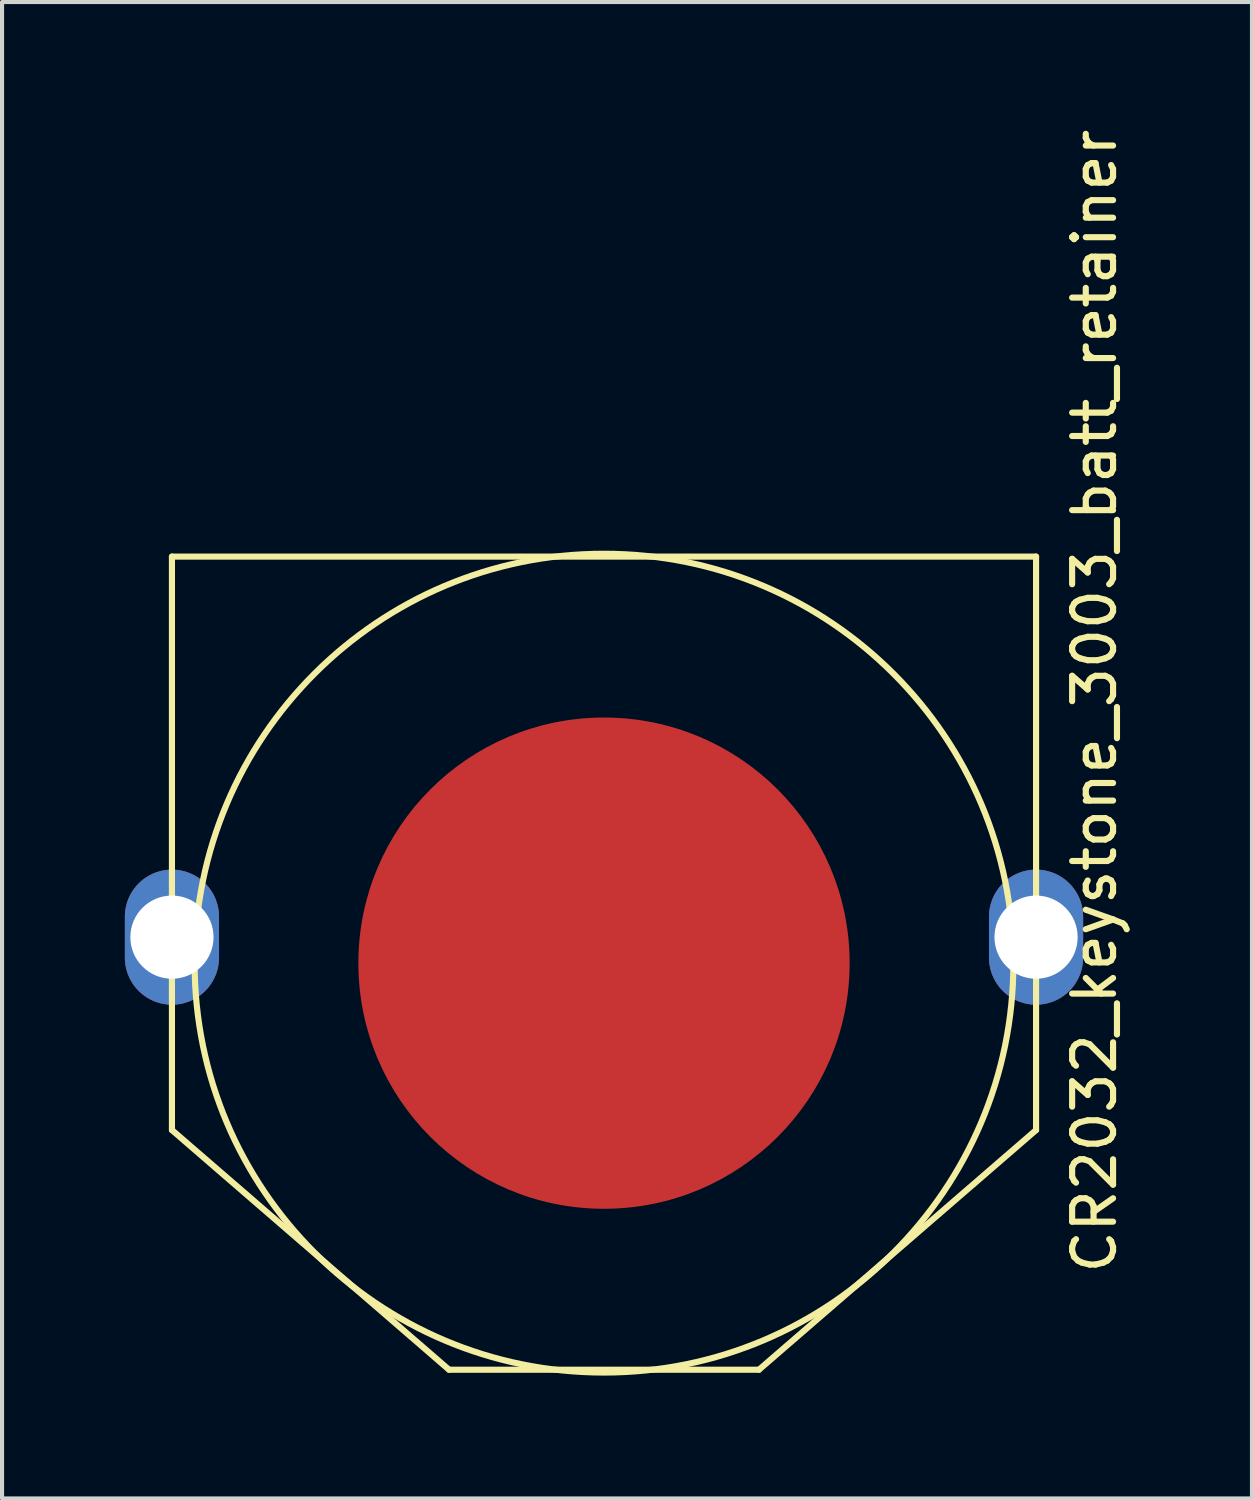
<source format=kicad_pcb>
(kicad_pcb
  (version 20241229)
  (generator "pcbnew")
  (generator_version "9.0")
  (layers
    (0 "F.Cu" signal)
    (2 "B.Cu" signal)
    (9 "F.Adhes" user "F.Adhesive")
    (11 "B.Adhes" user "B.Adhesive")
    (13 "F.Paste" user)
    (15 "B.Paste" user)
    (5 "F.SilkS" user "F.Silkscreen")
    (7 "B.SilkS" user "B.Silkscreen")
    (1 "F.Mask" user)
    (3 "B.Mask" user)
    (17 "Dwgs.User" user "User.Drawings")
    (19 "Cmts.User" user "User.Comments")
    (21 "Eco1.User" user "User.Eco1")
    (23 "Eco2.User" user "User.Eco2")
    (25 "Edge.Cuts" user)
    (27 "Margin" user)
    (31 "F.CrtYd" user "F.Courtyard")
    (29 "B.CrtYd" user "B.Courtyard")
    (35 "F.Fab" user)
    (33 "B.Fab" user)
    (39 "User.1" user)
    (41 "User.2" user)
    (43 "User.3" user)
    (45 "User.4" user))
  (footprint "CR2032_keystone_3003_batt_retainer"
    (layer "F.Cu")
    (at 11.704 20.477)
    (property "Reference" "CR2032_keystone_3003_batt_retainer" (at 11.98 -6.4 270) (layer "F.SilkS") (effects (font (size 1 1) (thickness 0.15))))
    (attr through_hole)
    (fp_line (start -10.554 -9.931) (end -10.554 4.077) (stroke (width 0.15) (type solid)) (layer "F.SilkS"))
    (fp_line (start -10.554 -9.931) (end 10.554 -9.931) (stroke (width 0.15) (type solid)) (layer "F.SilkS"))
    (fp_line (start -10.554 4.077) (end -3.785 9.931) (stroke (width 0.15) (type solid)) (layer "F.SilkS"))
    (fp_line (start -3.785 9.931) (end 3.785 9.931) (stroke (width 0.15) (type solid)) (layer "F.SilkS"))
    (fp_line (start 10.554 -9.931) (end 10.554 4.077) (stroke (width 0.15) (type solid)) (layer "F.SilkS"))
    (fp_line (start 10.554 4.077) (end 3.785 9.931) (stroke (width 0.15) (type solid)) (layer "F.SilkS"))
    (fp_circle (center 0 0) (end 10 0) (stroke (width 0.15) (type solid)) (fill no) (layer "F.SilkS"))
    (pad "1" thru_hole oval (at -10.554 -0.635) (size 2.3 3.3) (drill 2.032) (layers "*.Cu" "*.Mask"))
    (pad "1" thru_hole oval (at 10.554 -0.635) (size 2.3 3.3) (drill 2.032) (layers "*.Cu" "*.Mask"))
    (pad "2" connect circle (at 0 0) (size 12 12) (layers "F.Cu" "F.Mask")))
  (gr_rect
    (start -3 -3)
    (end 27.532 33.552)
    (stroke (width 0.1) (type default))
    (fill no)
    (layer "Edge.Cuts")))
</source>
